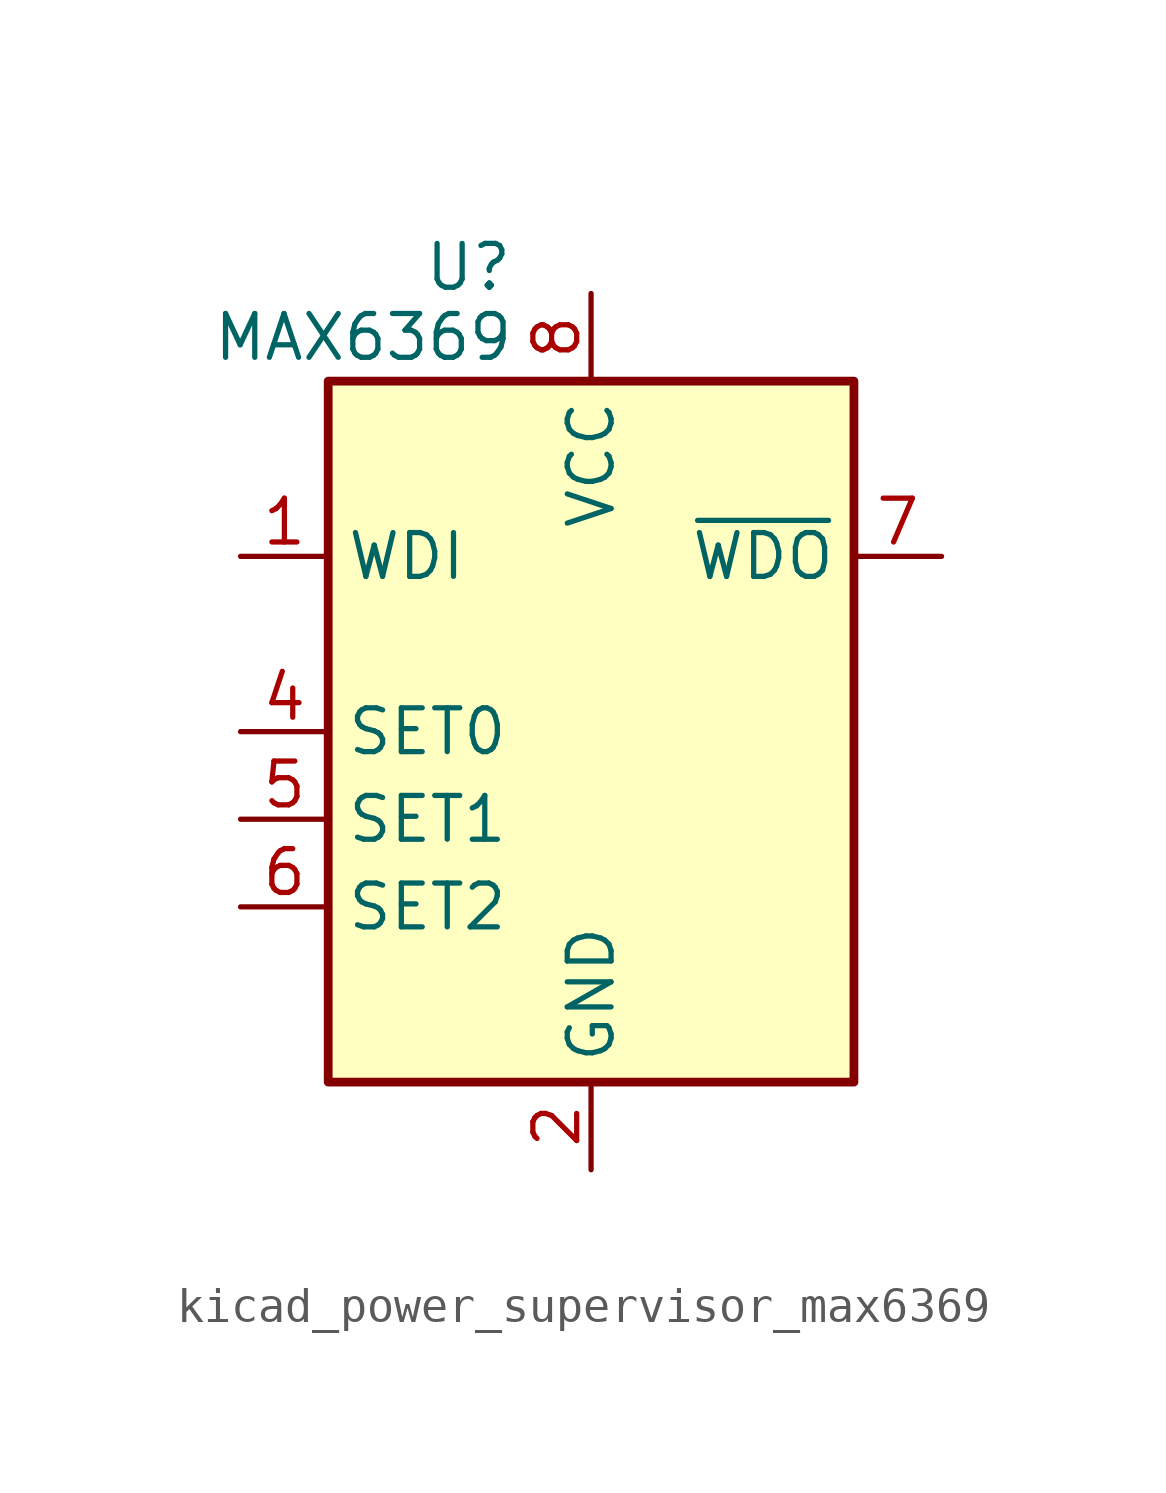
<source format=kicad_sym>
(kicad_symbol_lib
  (version 20220914)
  (generator kicad_symbol_editor)
  (symbol "kicad_power_supervisor_max6369"
    (property "Reference" "U"
      (at -3.556 13.462 0)
      (effects (font (size 1.27 1.27))))
    (property "Value" "MAX6369"
      (at -6.604 11.43 0)
      (effects (font (size 1.27 1.27))))
    (symbol "kicad_power_supervisor_max6369_0_1"
      (rectangle (start -7.62 10.16) (end 7.62 -10.16) (stroke (width 0.254) (type default)) (fill (type background))))
    (symbol "kicad_power_supervisor_max6369_1_1"
      (pin input line (at -10.16 5.08 0) (length 2.54) (name "WDI" (effects (font (size 1.27 1.27)))) (number "1" (effects (font (size 1.27 1.27)))))
      (pin power_in line (at 0 -12.7 90) (length 2.54) (name "GND" (effects (font (size 1.27 1.27)))) (number "2" (effects (font (size 1.27 1.27)))))
      (pin no_connect line (at 7.62 -5.08 180) (length 2.54) hide (name "NC" (effects (font (size 1.27 1.27)))) (number "3" (effects (font (size 1.27 1.27)))))
      (pin input line (at -10.16 0 0) (length 2.54) (name "SET0" (effects (font (size 1.27 1.27)))) (number "4" (effects (font (size 1.27 1.27)))))
      (pin input line (at -10.16 -2.54 0) (length 2.54) (name "SET1" (effects (font (size 1.27 1.27)))) (number "5" (effects (font (size 1.27 1.27)))))
      (pin input line (at -10.16 -5.08 0) (length 2.54) (name "SET2" (effects (font (size 1.27 1.27)))) (number "6" (effects (font (size 1.27 1.27)))))
      (pin open_collector line (at 10.16 5.08 180) (length 2.54) (name "~{WDO}" (effects (font (size 1.27 1.27)))) (number "7" (effects (font (size 1.27 1.27)))))
      (pin power_in line (at 0 12.7 270) (length 2.54) (name "VCC" (effects (font (size 1.27 1.27)))) (number "8" (effects (font (size 1.27 1.27))))))))
</source>
